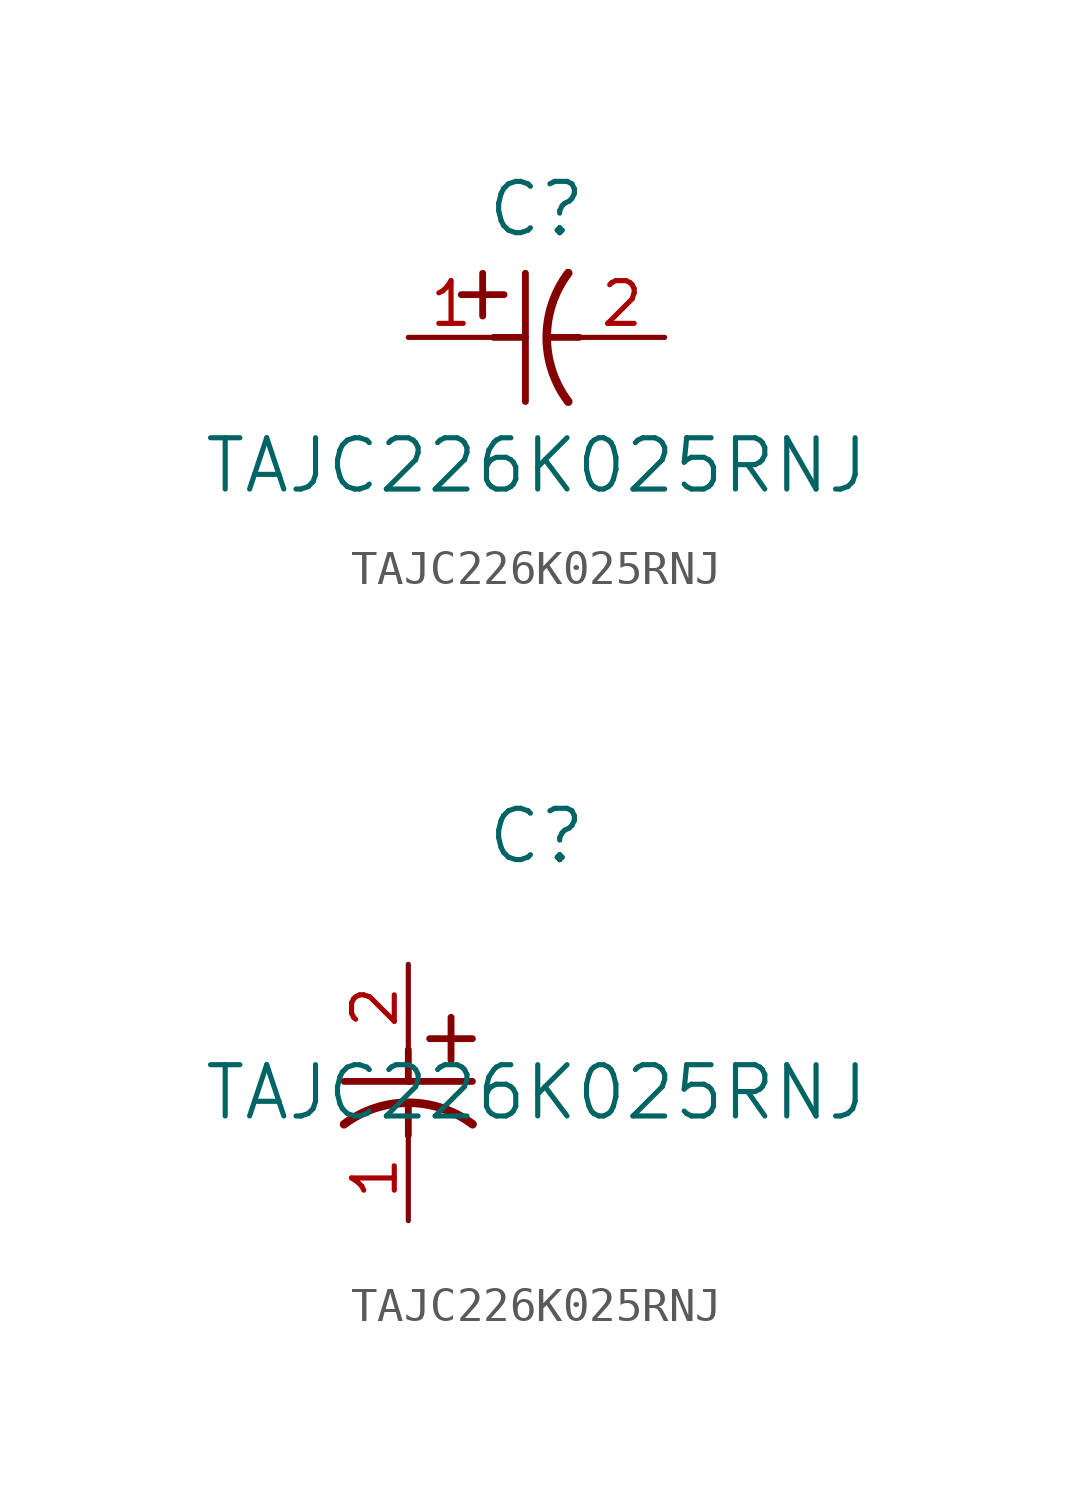
<source format=kicad_sym>
(kicad_symbol_lib
  (version 20211014)
  (generator kicad_symbol_editor)
  (symbol "TAJC226K025RNJ"
    (pin_names
      (offset 0.254))
    (property "Reference" "C"
      (at 3.81 3.81 0)
      (effects (font (size 1.524 1.524))))
    (property "Value" "TAJC226K025RNJ"
      (at 3.81 -3.81 0)
      (effects (font (size 1.524 1.524))))
    (symbol "TAJC226K025RNJ_1_1"
      (polyline (pts (xy 2.21 0.635) (xy 2.21 1.905)) (stroke (width 0.203) (type default) (color 0 0 0 0)) (fill (type none)))
      (arc (start 4.754132 1.910763) (mid 4.1148 0) (end 4.754132 -1.910763) (stroke (width 0.254) (type default) (color 0 0 0 0)) (fill (type none)))
      (polyline (pts (xy 4.115 0) (xy 5.08 0)) (stroke (width 0.203) (type default) (color 0 0 0 0)) (fill (type none)))
      (polyline (pts (xy 3.48 -1.905) (xy 3.48 1.905)) (stroke (width 0.203) (type default) (color 0 0 0 0)) (fill (type none)))
      (polyline (pts (xy 1.575 1.27) (xy 2.845 1.27)) (stroke (width 0.203) (type default) (color 0 0 0 0)) (fill (type none)))
      (polyline (pts (xy 2.54 0) (xy 3.48 0)) (stroke (width 0.203) (type default) (color 0 0 0 0)) (fill (type none)))
      (pin unspecified line (at 0 0 0) (length 2.54) (name "" (effects (font (size 1.27 1.27)))) (number "1" (effects (font (size 1.27 1.27)))))
      (pin unspecified line (at 7.62 0 180) (length 2.54) (name "" (effects (font (size 1.27 1.27)))) (number "2" (effects (font (size 1.27 1.27))))))
    (symbol "TAJC226K025RNJ_1_2"
      (polyline (pts (xy 0 -2.54) (xy 0 -3.48)) (stroke (width 0.203) (type default) (color 0 0 0 0)) (fill (type none)))
      (arc (start 1.910763 -4.754132) (mid 0 -4.1148) (end -1.910763 -4.754132) (stroke (width 0.254) (type default) (color 0 0 0 0)) (fill (type none)))
      (polyline (pts (xy -1.905 -3.48) (xy 1.905 -3.48)) (stroke (width 0.203) (type default) (color 0 0 0 0)) (fill (type none)))
      (polyline (pts (xy 0.635 -2.21) (xy 1.905 -2.21)) (stroke (width 0.203) (type default) (color 0 0 0 0)) (fill (type none)))
      (polyline (pts (xy 1.27 -1.575) (xy 1.27 -2.845)) (stroke (width 0.203) (type default) (color 0 0 0 0)) (fill (type none)))
      (polyline (pts (xy 0 -4.115) (xy 0 -5.08)) (stroke (width 0.203) (type default) (color 0 0 0 0)) (fill (type none)))
      (pin unspecified line (at 0 -7.62 90) (length 2.54) (name "" (effects (font (size 1.27 1.27)))) (number "1" (effects (font (size 1.27 1.27)))))
      (pin unspecified line (at 0 0 270) (length 2.54) (name "" (effects (font (size 1.27 1.27)))) (number "2" (effects (font (size 1.27 1.27))))))))
</source>
